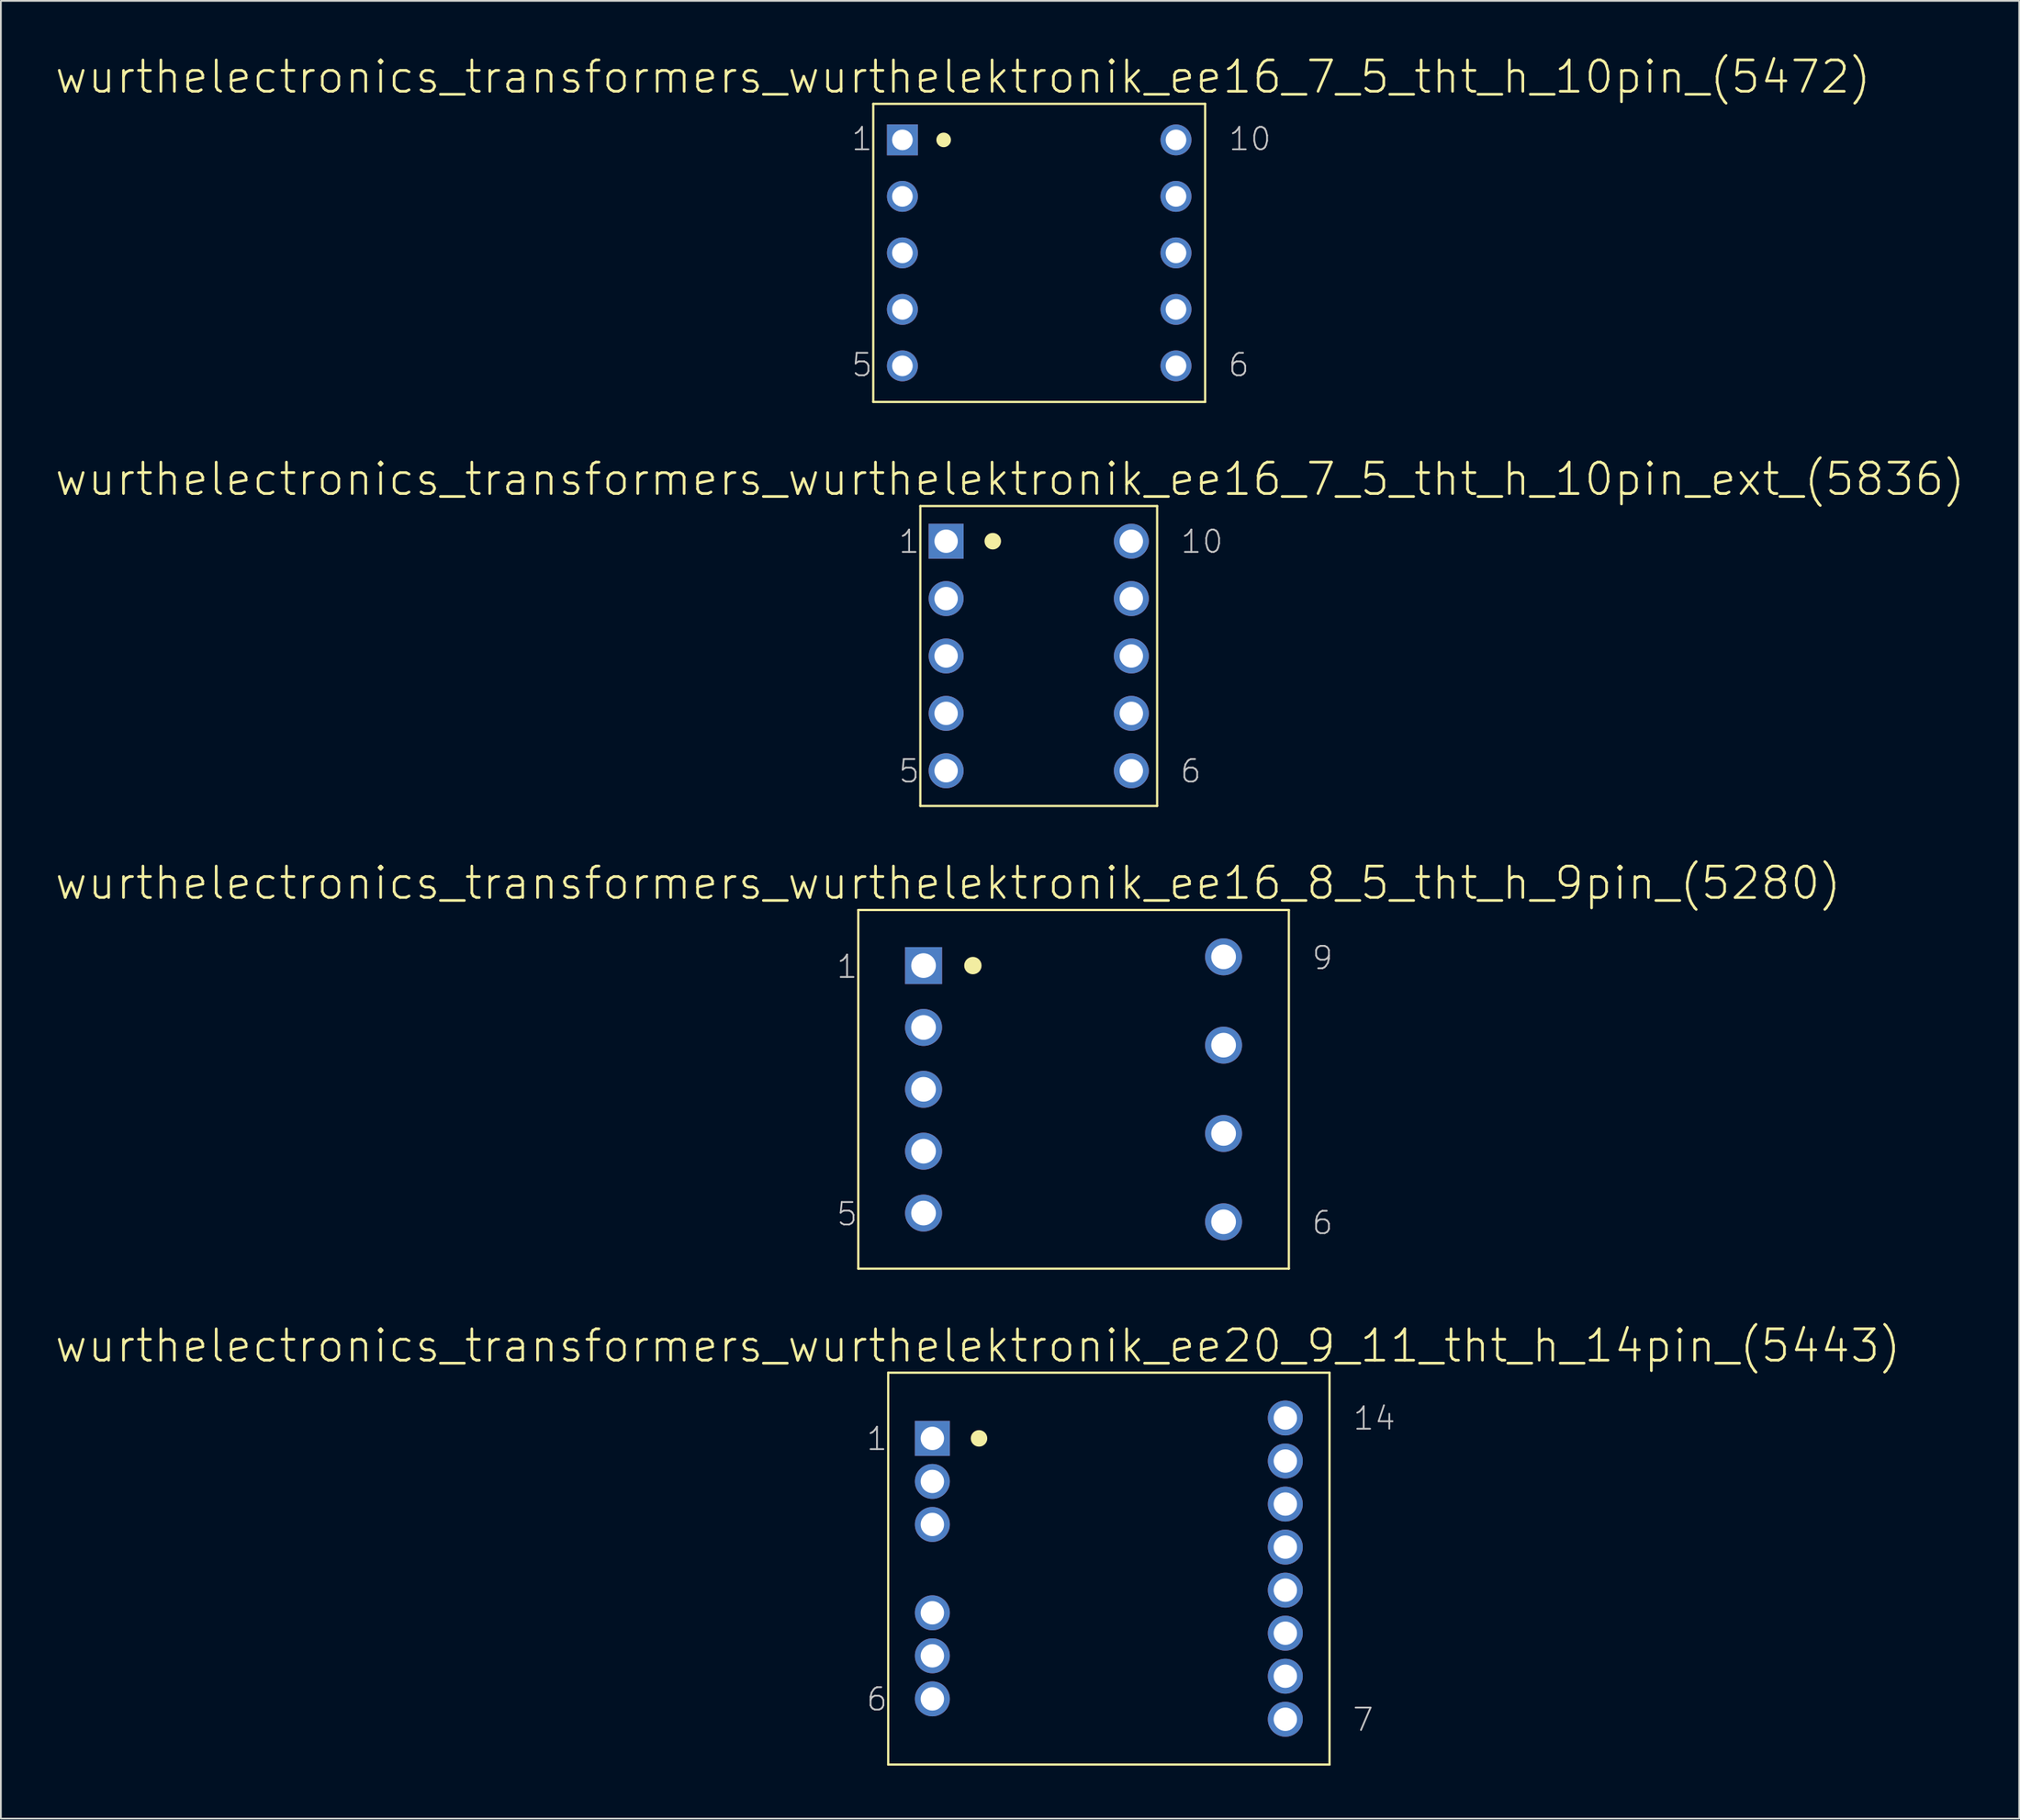
<source format=kicad_pcb>
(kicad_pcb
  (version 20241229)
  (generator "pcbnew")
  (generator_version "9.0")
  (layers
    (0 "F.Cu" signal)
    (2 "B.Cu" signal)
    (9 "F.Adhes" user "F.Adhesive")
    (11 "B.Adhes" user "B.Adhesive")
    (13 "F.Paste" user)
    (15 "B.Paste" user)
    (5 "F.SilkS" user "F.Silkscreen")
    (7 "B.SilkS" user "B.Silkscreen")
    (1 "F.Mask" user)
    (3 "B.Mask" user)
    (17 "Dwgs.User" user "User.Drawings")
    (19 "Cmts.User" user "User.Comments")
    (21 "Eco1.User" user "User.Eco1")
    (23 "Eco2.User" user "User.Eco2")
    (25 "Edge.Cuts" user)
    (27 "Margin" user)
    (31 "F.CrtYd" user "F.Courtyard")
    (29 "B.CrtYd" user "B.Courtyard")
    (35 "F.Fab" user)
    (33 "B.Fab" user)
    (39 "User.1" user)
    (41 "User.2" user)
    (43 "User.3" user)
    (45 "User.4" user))
  (footprint "wurthelectronics_transformers_wurthelektronik_ee16_7_5_tht_h_10pin_ext_(5836)"
    (layer "F.Cu")
    (at 55.778 34.114)
    (property "Reference" "wurthelectronics_transformers_wurthelektronik_ee16_7_5_tht_h_10pin_ext_(5836)" (at -1.626 -10.02 0) (layer "F.SilkS") (effects (font (size 1.778 1.778) (thickness 0.152))))
    (attr exclude_from_pos_files exclude_from_bom)
    (fp_line (start -6.706 -8.496) (end -6.706 8.496) (stroke (width 0.127) (type solid)) (layer "F.SilkS"))
    (fp_line (start -6.706 -8.496) (end 6.706 -8.496) (stroke (width 0.127) (type solid)) (layer "F.SilkS"))
    (fp_line (start -6.706 8.496) (end 6.706 8.496) (stroke (width 0.127) (type solid)) (layer "F.SilkS"))
    (fp_line (start 6.706 -8.496) (end 6.706 8.496) (stroke (width 0.127) (type solid)) (layer "F.SilkS"))
    (fp_circle (center -2.603 -6.502) (end -2.934 -6.833) (stroke (width 0) (type solid)) (fill yes) (layer "F.SilkS"))
    (fp_text user "1" (at -7.341 -6.477 0) (layer "Dwgs.User") (effects (font (size 1.27 1.27) (thickness 0.102))))
    (fp_text user "5" (at -7.341 6.528 0) (layer "Dwgs.User") (effects (font (size 1.27 1.27) (thickness 0.102))))
    (fp_text user "6" (at 8.611 6.528 0) (layer "Dwgs.User") (effects (font (size 1.27 1.27) (thickness 0.102))))
    (fp_text user "10" (at 9.246 -6.477 0) (layer "Dwgs.User") (effects (font (size 1.27 1.27) (thickness 0.102))))
    (pad "1" thru_hole rect (at -5.245 -6.502) (size 1.981 1.981) (drill 1.321) (layers "*.Cu" "*.Paste" "*.Mask"))
    (pad "2" thru_hole circle (at -5.245 -3.251) (size 1.981 1.981) (drill 1.321) (layers "*.Cu" "*.Paste" "*.Mask"))
    (pad "3" thru_hole circle (at -5.245 0) (size 1.981 1.981) (drill 1.321) (layers "*.Cu" "*.Paste" "*.Mask"))
    (pad "4" thru_hole circle (at -5.245 3.251) (size 1.981 1.981) (drill 1.321) (layers "*.Cu" "*.Paste" "*.Mask"))
    (pad "5" thru_hole circle (at -5.245 6.502) (size 1.981 1.981) (drill 1.321) (layers "*.Cu" "*.Paste" "*.Mask"))
    (pad "6" thru_hole circle (at 5.245 6.502) (size 1.981 1.981) (drill 1.321) (layers "*.Cu" "*.Paste" "*.Mask"))
    (pad "7" thru_hole circle (at 5.245 3.251) (size 1.981 1.981) (drill 1.321) (layers "*.Cu" "*.Paste" "*.Mask"))
    (pad "8" thru_hole circle (at 5.245 0) (size 1.981 1.981) (drill 1.321) (layers "*.Cu" "*.Paste" "*.Mask"))
    (pad "9" thru_hole circle (at 5.245 -3.251) (size 1.981 1.981) (drill 1.321) (layers "*.Cu" "*.Paste" "*.Mask"))
    (pad "10" thru_hole circle (at 5.245 -6.502) (size 1.981 1.981) (drill 1.321) (layers "*.Cu" "*.Paste" "*.Mask")))
  (footprint "wurthelectronics_transformers_wurthelektronik_ee16_7_5_tht_h_10pin_(5472)"
    (layer "F.Cu")
    (at 55.804 11.277)
    (property "Reference" "wurthelectronics_transformers_wurthelektronik_ee16_7_5_tht_h_10pin_(5472)" (at -4.318 -9.97 0) (layer "F.SilkS") (effects (font (size 1.778 1.778) (thickness 0.152))))
    (attr exclude_from_pos_files exclude_from_bom)
    (fp_line (start -9.398 -8.445) (end -9.398 8.445) (stroke (width 0.127) (type solid)) (layer "F.SilkS"))
    (fp_line (start -9.398 -8.445) (end 9.398 -8.445) (stroke (width 0.127) (type solid)) (layer "F.SilkS"))
    (fp_line (start -9.398 8.445) (end 9.398 8.445) (stroke (width 0.127) (type solid)) (layer "F.SilkS"))
    (fp_line (start 9.398 -8.445) (end 9.398 8.445) (stroke (width 0.127) (type solid)) (layer "F.SilkS"))
    (fp_circle (center -5.41 -6.401) (end -5.702 -6.693) (stroke (width 0) (type solid)) (fill yes) (layer "F.SilkS"))
    (fp_text user "6" (at 11.303 6.35 0) (layer "Dwgs.User") (effects (font (size 1.27 1.27) (thickness 0.102))))
    (fp_text user "10" (at 11.938 -6.452 0) (layer "Dwgs.User") (effects (font (size 1.27 1.27) (thickness 0.102))))
    (fp_text user "1" (at -10.033 -6.452 0) (layer "Dwgs.User") (effects (font (size 1.27 1.27) (thickness 0.102))))
    (fp_text user "5" (at -10.033 6.35 0) (layer "Dwgs.User") (effects (font (size 1.27 1.27) (thickness 0.102))))
    (pad "1" thru_hole rect (at -7.747 -6.401) (size 1.753 1.753) (drill 1.168) (layers "*.Cu" "*.Paste" "*.Mask"))
    (pad "2" thru_hole circle (at -7.747 -3.2) (size 1.753 1.753) (drill 1.168) (layers "*.Cu" "*.Paste" "*.Mask"))
    (pad "3" thru_hole circle (at -7.747 0) (size 1.753 1.753) (drill 1.168) (layers "*.Cu" "*.Paste" "*.Mask"))
    (pad "4" thru_hole circle (at -7.747 3.2) (size 1.753 1.753) (drill 1.168) (layers "*.Cu" "*.Paste" "*.Mask"))
    (pad "5" thru_hole circle (at -7.747 6.401) (size 1.753 1.753) (drill 1.168) (layers "*.Cu" "*.Paste" "*.Mask"))
    (pad "6" thru_hole circle (at 7.747 6.401) (size 1.753 1.753) (drill 1.168) (layers "*.Cu" "*.Paste" "*.Mask"))
    (pad "7" thru_hole circle (at 7.747 3.2) (size 1.753 1.753) (drill 1.168) (layers "*.Cu" "*.Paste" "*.Mask"))
    (pad "8" thru_hole circle (at 7.747 0) (size 1.753 1.753) (drill 1.168) (layers "*.Cu" "*.Paste" "*.Mask"))
    (pad "9" thru_hole circle (at 7.747 -3.2) (size 1.753 1.753) (drill 1.168) (layers "*.Cu" "*.Paste" "*.Mask"))
    (pad "10" thru_hole circle (at 7.747 -6.401) (size 1.753 1.753) (drill 1.168) (layers "*.Cu" "*.Paste" "*.Mask")))
  (footprint "wurthelectronics_transformers_wurthelektronik_ee20_9_11_tht_h_14pin_(5443)"
    (layer "F.Cu")
    (at 59.749 85.82)
    (property "Reference" "wurthelectronics_transformers_wurthelektronik_ee20_9_11_tht_h_14pin_(5443)" (at -7.417 -12.624 0) (layer "F.SilkS") (effects (font (size 1.778 1.778) (thickness 0.152))))
    (attr exclude_from_pos_files exclude_from_bom)
    (fp_line (start -12.497 -11.1) (end -12.497 11.1) (stroke (width 0.127) (type solid)) (layer "F.SilkS"))
    (fp_line (start -12.497 -11.1) (end 12.497 -11.1) (stroke (width 0.127) (type solid)) (layer "F.SilkS"))
    (fp_line (start -12.497 11.1) (end 12.497 11.1) (stroke (width 0.127) (type solid)) (layer "F.SilkS"))
    (fp_line (start 12.497 -11.1) (end 12.497 11.1) (stroke (width 0.127) (type solid)) (layer "F.SilkS"))
    (fp_circle (center -7.353 -7.379) (end -7.684 -7.709) (stroke (width 0) (type solid)) (fill yes) (layer "F.SilkS"))
    (fp_text user "6" (at -13.132 7.404 0) (layer "Dwgs.User") (effects (font (size 1.27 1.27) (thickness 0.102))))
    (fp_text user "1" (at -13.132 -7.353 0) (layer "Dwgs.User") (effects (font (size 1.27 1.27) (thickness 0.102))))
    (fp_text user "14" (at 15.037 -8.509 0) (layer "Dwgs.User") (effects (font (size 1.27 1.27) (thickness 0.102))))
    (fp_text user "7" (at 14.399 8.56 0) (layer "Dwgs.User") (effects (font (size 1.27 1.27) (thickness 0.102))))
    (pad "1" thru_hole rect (at -9.995 -7.379) (size 1.981 1.981) (drill 1.321) (layers "*.Cu" "*.Paste" "*.Mask"))
    (pad "2" thru_hole circle (at -9.995 -4.94) (size 1.981 1.981) (drill 1.321) (layers "*.Cu" "*.Paste" "*.Mask"))
    (pad "3" thru_hole circle (at -9.995 -2.502) (size 1.981 1.981) (drill 1.321) (layers "*.Cu" "*.Paste" "*.Mask"))
    (pad "4" thru_hole circle (at -9.995 2.502) (size 1.981 1.981) (drill 1.321) (layers "*.Cu" "*.Paste" "*.Mask"))
    (pad "5" thru_hole circle (at -9.995 4.94) (size 1.981 1.981) (drill 1.321) (layers "*.Cu" "*.Paste" "*.Mask"))
    (pad "6" thru_hole circle (at -9.995 7.379) (size 1.981 1.981) (drill 1.321) (layers "*.Cu" "*.Paste" "*.Mask"))
    (pad "7" thru_hole circle (at 9.995 8.534) (size 1.981 1.981) (drill 1.321) (layers "*.Cu" "*.Paste" "*.Mask"))
    (pad "8" thru_hole circle (at 9.995 6.096) (size 1.981 1.981) (drill 1.321) (layers "*.Cu" "*.Paste" "*.Mask"))
    (pad "9" thru_hole circle (at 9.995 3.658) (size 1.981 1.981) (drill 1.321) (layers "*.Cu" "*.Paste" "*.Mask"))
    (pad "10" thru_hole circle (at 9.995 1.219) (size 1.981 1.981) (drill 1.321) (layers "*.Cu" "*.Paste" "*.Mask"))
    (pad "11" thru_hole circle (at 9.995 -1.219) (size 1.981 1.981) (drill 1.321) (layers "*.Cu" "*.Paste" "*.Mask"))
    (pad "12" thru_hole circle (at 9.995 -3.658) (size 1.981 1.981) (drill 1.321) (layers "*.Cu" "*.Paste" "*.Mask"))
    (pad "13" thru_hole circle (at 9.995 -6.096) (size 1.981 1.981) (drill 1.321) (layers "*.Cu" "*.Paste" "*.Mask"))
    (pad "14" thru_hole circle (at 9.995 -8.534) (size 1.981 1.981) (drill 1.321) (layers "*.Cu" "*.Paste" "*.Mask")))
  (footprint "wurthelectronics_transformers_wurthelektronik_ee16_8_5_tht_h_9pin_(5280)"
    (layer "F.Cu")
    (at 57.751 58.665)
    (property "Reference" "wurthelectronics_transformers_wurthelektronik_ee16_8_5_tht_h_9pin_(5280)" (at -7.112 -11.684 0) (layer "F.SilkS") (effects (font (size 1.778 1.778) (thickness 0.152))))
    (attr exclude_from_pos_files exclude_from_bom)
    (fp_line (start -12.192 -10.16) (end -12.192 10.16) (stroke (width 0.127) (type solid)) (layer "F.SilkS"))
    (fp_line (start -12.192 -10.16) (end 12.192 -10.16) (stroke (width 0.127) (type solid)) (layer "F.SilkS"))
    (fp_line (start -12.192 10.16) (end 12.192 10.16) (stroke (width 0.127) (type solid)) (layer "F.SilkS"))
    (fp_line (start 12.192 -10.16) (end 12.192 10.16) (stroke (width 0.127) (type solid)) (layer "F.SilkS"))
    (fp_circle (center -5.702 -7.01) (end -6.05 -7.358) (stroke (width 0) (type solid)) (fill yes) (layer "F.SilkS"))
    (fp_text user "5" (at -12.827 7.074 0) (layer "Dwgs.User") (effects (font (size 1.27 1.27) (thickness 0.102))))
    (fp_text user "1" (at -12.827 -6.947 0) (layer "Dwgs.User") (effects (font (size 1.27 1.27) (thickness 0.102))))
    (fp_text user "9" (at 14.097 -7.442 0) (layer "Dwgs.User") (effects (font (size 1.27 1.27) (thickness 0.102))))
    (fp_text user "6" (at 14.097 7.569 0) (layer "Dwgs.User") (effects (font (size 1.27 1.27) (thickness 0.102))))
    (pad "1" thru_hole rect (at -8.496 -7.01) (size 2.095 2.095) (drill 1.397) (layers "*.Cu" "*.Paste" "*.Mask"))
    (pad "2" thru_hole circle (at -8.496 -3.505) (size 2.095 2.095) (drill 1.397) (layers "*.Cu" "*.Paste" "*.Mask"))
    (pad "3" thru_hole circle (at -8.496 0) (size 2.095 2.095) (drill 1.397) (layers "*.Cu" "*.Paste" "*.Mask"))
    (pad "4" thru_hole circle (at -8.496 3.505) (size 2.095 2.095) (drill 1.397) (layers "*.Cu" "*.Paste" "*.Mask"))
    (pad "5" thru_hole circle (at -8.496 7.01) (size 2.095 2.095) (drill 1.397) (layers "*.Cu" "*.Paste" "*.Mask"))
    (pad "6" thru_hole circle (at 8.496 7.506) (size 2.095 2.095) (drill 1.397) (layers "*.Cu" "*.Paste" "*.Mask"))
    (pad "7" thru_hole circle (at 8.496 2.502) (size 2.095 2.095) (drill 1.397) (layers "*.Cu" "*.Paste" "*.Mask"))
    (pad "8" thru_hole circle (at 8.496 -2.502) (size 2.095 2.095) (drill 1.397) (layers "*.Cu" "*.Paste" "*.Mask"))
    (pad "9" thru_hole circle (at 8.496 -7.506) (size 2.095 2.095) (drill 1.397) (layers "*.Cu" "*.Paste" "*.Mask")))
  (gr_rect
    (start -3 -3)
    (end 111.306 99.984)
    (stroke (width 0.1) (type default))
    (fill no)
    (layer "Edge.Cuts")))
</source>
